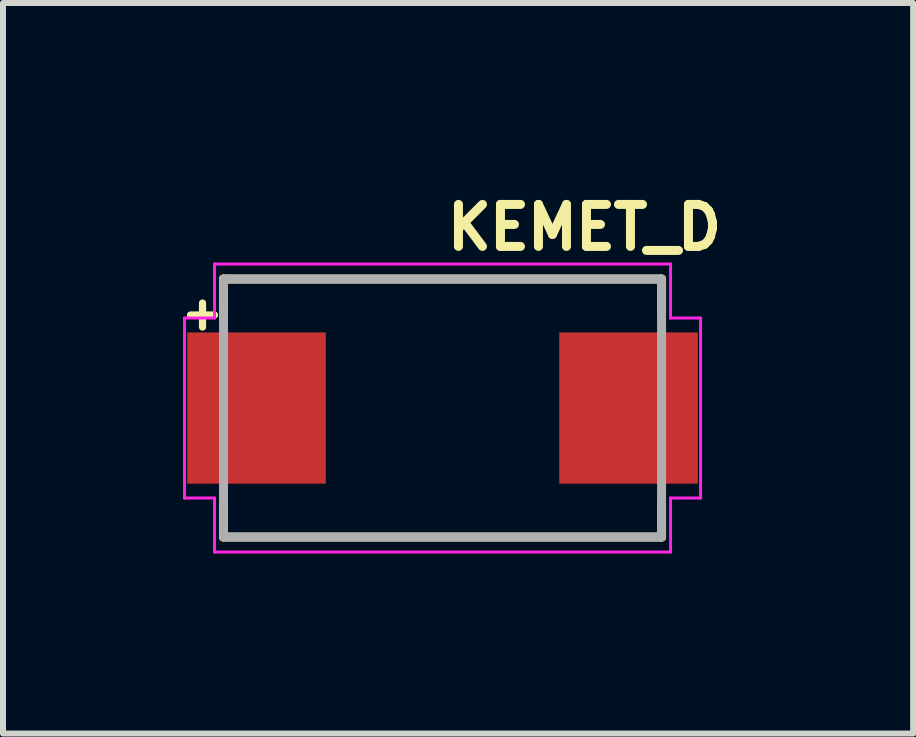
<source format=kicad_pcb>
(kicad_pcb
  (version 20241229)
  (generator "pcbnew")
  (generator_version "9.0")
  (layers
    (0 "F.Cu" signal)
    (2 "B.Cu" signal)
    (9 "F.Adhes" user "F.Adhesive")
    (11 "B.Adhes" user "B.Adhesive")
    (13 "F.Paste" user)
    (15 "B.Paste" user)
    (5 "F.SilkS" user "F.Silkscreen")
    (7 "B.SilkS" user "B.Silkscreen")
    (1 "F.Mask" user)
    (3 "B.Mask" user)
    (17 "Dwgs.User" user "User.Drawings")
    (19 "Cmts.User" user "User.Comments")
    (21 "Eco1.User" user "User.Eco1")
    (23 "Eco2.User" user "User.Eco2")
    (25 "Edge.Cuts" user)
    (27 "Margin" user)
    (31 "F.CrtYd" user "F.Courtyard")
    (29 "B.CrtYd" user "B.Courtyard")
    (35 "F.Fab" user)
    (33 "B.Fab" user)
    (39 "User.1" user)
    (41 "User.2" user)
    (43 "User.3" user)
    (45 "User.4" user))
  (footprint "KEMET_D"
    (layer "F.Cu")
    (at 4.325 3.75)
    (property "Reference" "KEMET_D" (at 0 -2.6 0) (layer "F.SilkS") (effects (font (size 0.7 0.7) (thickness 0.15)) (justify left bottom)))
    (attr smd)
    (fp_line (start -4.2 -1.55) (end -3.8 -1.55) (stroke (width 0.12) (type solid)) (layer "F.SilkS"))
    (fp_line (start -4 -1.75) (end -4 -1.35) (stroke (width 0.12) (type solid)) (layer "F.SilkS"))
    (fp_line (start -3.65 -2.15) (end 3.65 -2.15) (stroke (width 0.15) (type solid)) (layer "F.SilkS"))
    (fp_line (start -3.65 -1.6) (end -3.65 -2.15) (stroke (width 0.15) (type solid)) (layer "F.SilkS"))
    (fp_line (start -3.65 1.6) (end -3.65 2.15) (stroke (width 0.15) (type solid)) (layer "F.SilkS"))
    (fp_line (start -3.65 2.15) (end 3.65 2.15) (stroke (width 0.15) (type solid)) (layer "F.SilkS"))
    (fp_line (start 3.65 -2.15) (end 3.65 -1.6) (stroke (width 0.15) (type solid)) (layer "F.SilkS"))
    (fp_line (start 3.65 2.15) (end 3.65 1.6) (stroke (width 0.15) (type solid)) (layer "F.SilkS"))
    (fp_line (start -4.3 1.5) (end -4.3 -1.5) (stroke (width 0.05) (type solid)) (layer "F.CrtYd"))
    (fp_line (start -3.8 -2.4) (end -3.8 -1.5) (stroke (width 0.05) (type solid)) (layer "F.CrtYd"))
    (fp_line (start -3.8 -2.4) (end 3.8 -2.4) (stroke (width 0.05) (type solid)) (layer "F.CrtYd"))
    (fp_line (start -3.8 -1.5) (end -4.3 -1.5) (stroke (width 0.05) (type solid)) (layer "F.CrtYd"))
    (fp_line (start -3.8 1.5) (end -4.3 1.5) (stroke (width 0.05) (type solid)) (layer "F.CrtYd"))
    (fp_line (start -3.8 2.4) (end -3.8 1.5) (stroke (width 0.05) (type solid)) (layer "F.CrtYd"))
    (fp_line (start 3.8 -2.4) (end 3.8 -1.5) (stroke (width 0.05) (type solid)) (layer "F.CrtYd"))
    (fp_line (start 3.8 -1.5) (end 4.3 -1.5) (stroke (width 0.05) (type solid)) (layer "F.CrtYd"))
    (fp_line (start 3.8 1.5) (end 3.8 2.4) (stroke (width 0.05) (type solid)) (layer "F.CrtYd"))
    (fp_line (start 3.8 2.4) (end -3.8 2.4) (stroke (width 0.05) (type solid)) (layer "F.CrtYd"))
    (fp_line (start 4.3 -1.5) (end 4.3 1.5) (stroke (width 0.05) (type solid)) (layer "F.CrtYd"))
    (fp_line (start 4.3 1.5) (end 3.8 1.5) (stroke (width 0.05) (type solid)) (layer "F.CrtYd"))
    (fp_rect (start -3.65 -2.15) (end 3.65 2.15) (stroke (width 0.15) (type solid)) (fill no) (layer "F.Fab"))
    (fp_rect (start -3.65 -2.15) (end 3.65 2.15) (stroke (width 0.1) (type solid)) (fill no) (layer "User.5"))
    (fp_line (start -3.65 1.199) (end -3.65 -1.2) (stroke (width 0.02) (type solid)) (layer "User.9"))
    (fp_line (start -3.519 -2.149) (end -3.519 2.148) (stroke (width 0.02) (type solid)) (layer "User.9"))
    (fp_line (start -3.519 -1.2) (end -3.65 -1.2) (stroke (width 0.02) (type solid)) (layer "User.9"))
    (fp_line (start -3.519 1.199) (end -3.65 1.199) (stroke (width 0.02) (type solid)) (layer "User.9"))
    (fp_line (start -3.519 1.199) (end -3.519 -1.2) (stroke (width 0.02) (type solid)) (layer "User.9"))
    (fp_line (start -3.519 2.148) (end 3.519 2.148) (stroke (width 0.02) (type solid)) (layer "User.9"))
    (fp_line (start -3.333 -1.964) (end -3.519 -2.149) (stroke (width 0.02) (type solid)) (layer "User.9"))
    (fp_line (start -3.333 -1.964) (end -3.333 1.961) (stroke (width 0.02) (type solid)) (layer "User.9"))
    (fp_line (start -3.333 1.961) (end -3.519 2.148) (stroke (width 0.02) (type solid)) (layer "User.9"))
    (fp_line (start -3.333 1.961) (end 3.333 1.961) (stroke (width 0.02) (type solid)) (layer "User.9"))
    (fp_line (start -3.089 -1.8) (end -3.089 -0.14) (stroke (width 0.02) (type solid)) (layer "User.9"))
    (fp_line (start -3.089 0.14) (end -3.089 1.8) (stroke (width 0.02) (type solid)) (layer "User.9"))
    (fp_line (start -3.089 1.8) (end -2.589 1.8) (stroke (width 0.02) (type solid)) (layer "User.9"))
    (fp_line (start -2.589 -1.8) (end -3.089 -1.8) (stroke (width 0.02) (type solid)) (layer "User.9"))
    (fp_line (start -2.589 -0.14) (end -2.589 -1.8) (stroke (width 0.02) (type solid)) (layer "User.9"))
    (fp_line (start -2.589 1.8) (end -2.589 0.14) (stroke (width 0.02) (type solid)) (layer "User.9"))
    (fp_line (start 3.333 -1.964) (end -3.333 -1.964) (stroke (width 0.02) (type solid)) (layer "User.9"))
    (fp_line (start 3.333 -1.964) (end 3.519 -2.149) (stroke (width 0.02) (type solid)) (layer "User.9"))
    (fp_line (start 3.333 1.961) (end 3.333 -1.964) (stroke (width 0.02) (type solid)) (layer "User.9"))
    (fp_line (start 3.333 1.961) (end 3.519 2.148) (stroke (width 0.02) (type solid)) (layer "User.9"))
    (fp_line (start 3.519 -2.149) (end -3.519 -2.149) (stroke (width 0.02) (type solid)) (layer "User.9"))
    (fp_line (start 3.519 -1.2) (end 3.649 -1.2) (stroke (width 0.02) (type solid)) (layer "User.9"))
    (fp_line (start 3.519 1.199) (end 3.519 -1.2) (stroke (width 0.02) (type solid)) (layer "User.9"))
    (fp_line (start 3.519 1.199) (end 3.649 1.199) (stroke (width 0.02) (type solid)) (layer "User.9"))
    (fp_line (start 3.519 2.148) (end 3.519 -2.149) (stroke (width 0.02) (type solid)) (layer "User.9"))
    (fp_line (start 3.649 1.199) (end 3.649 -1.2) (stroke (width 0.02) (type solid)) (layer "User.9"))
    (fp_arc (start -3.089 -0.14) (mid -2.839 -0.234) (end -2.589 -0.14) (stroke (width 0.02) (type solid)) (layer "User.9"))
    (fp_arc (start -2.589 0.14) (mid -2.839 0.235) (end -3.089 0.14) (stroke (width 0.02) (type solid)) (layer "User.9"))
    (pad "1" smd rect (at -3.1 0) (size 2.31 2.52) (layers "F.Cu" "F.Mask" "F.Paste"))
    (pad "2" smd rect (at 3.1 0) (size 2.31 2.52) (layers "F.Cu" "F.Mask" "F.Paste")))
  (gr_rect
    (start -3 -3)
    (end 12.168 9.175)
    (stroke (width 0.1) (type default))
    (fill no)
    (layer "Edge.Cuts")))
</source>
